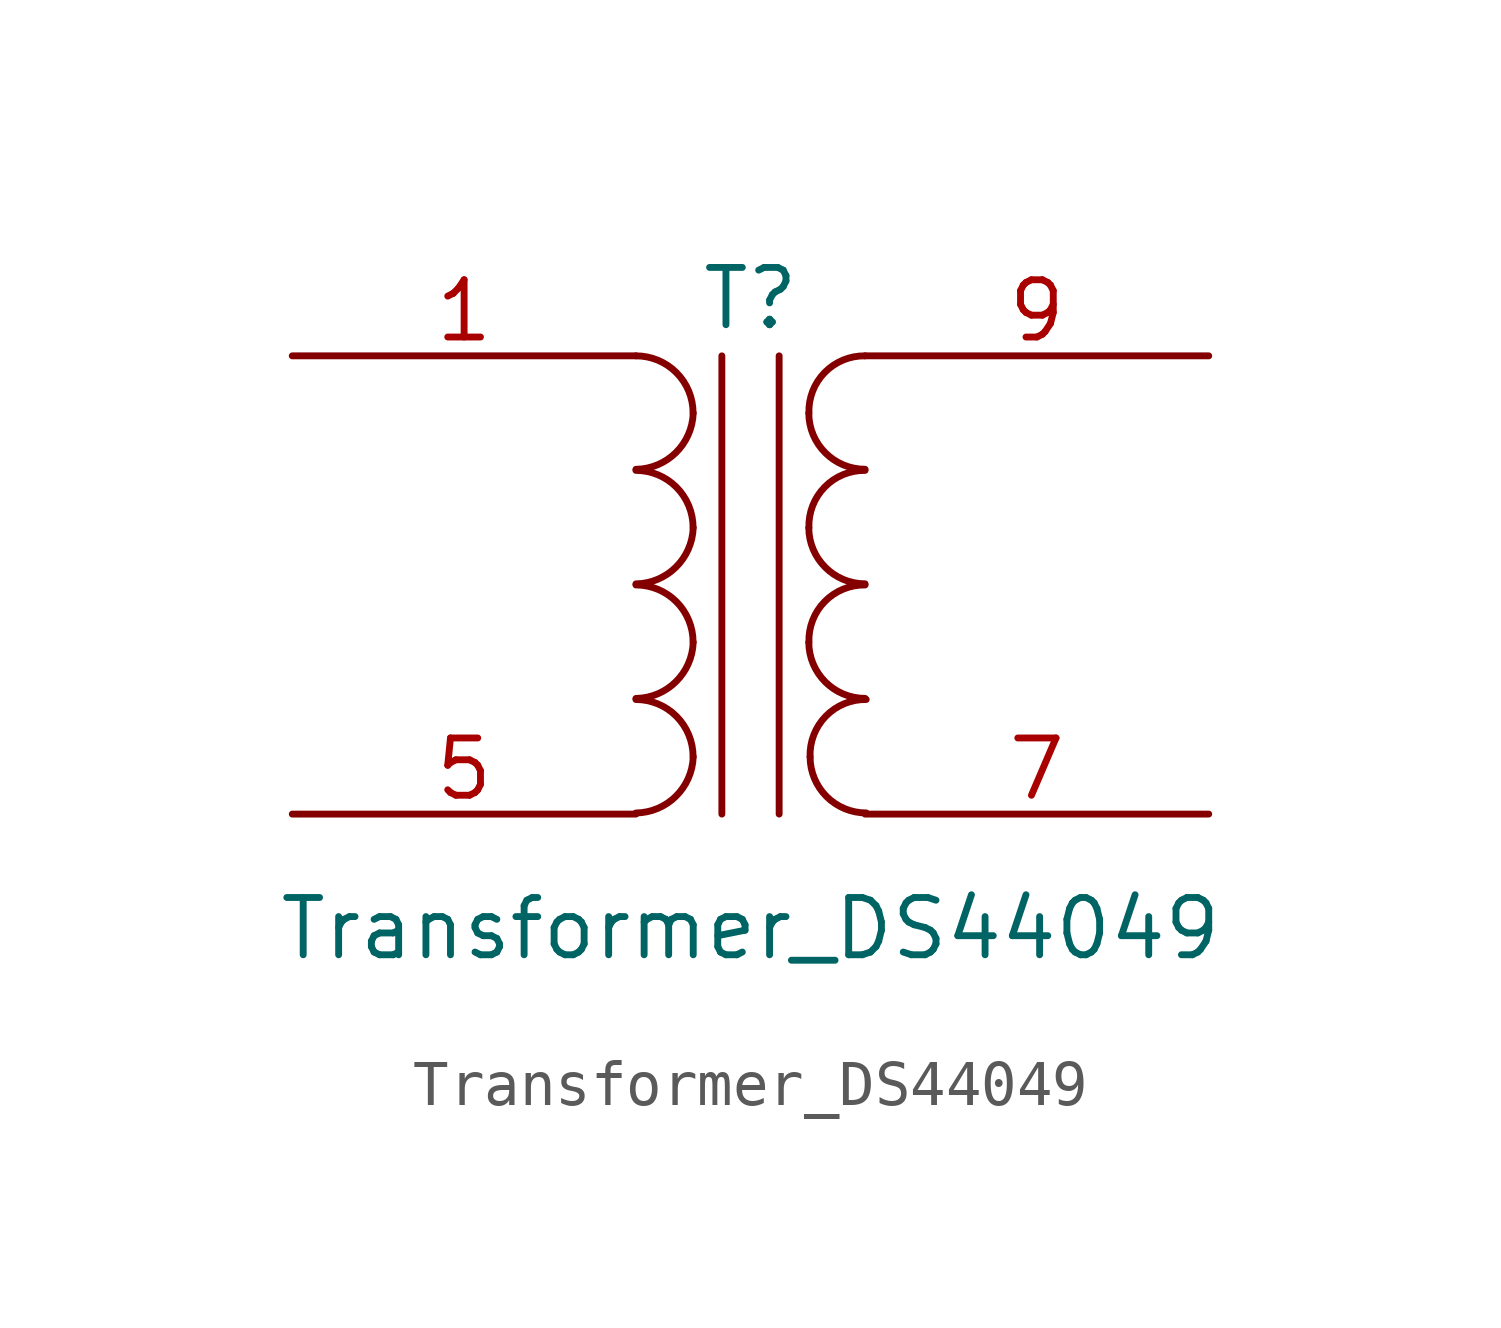
<source format=kicad_sym>
(kicad_symbol_lib
  (version 20211014)
  (generator kicad_symbol_editor)
  (symbol "Transformer_DS44049"
    (pin_names
      (offset 1.016) hide)
    (property "Reference" "T"
      (at 0 6.35 0)
      (effects (font (size 1.27 1.27))))
    (property "Value" "Transformer_DS44049"
      (at 0 -7.62 0)
      (effects (font (size 1.27 1.27))))
    (symbol "Transformer_DS44049_0_1"
      (arc (start -2.54 -5.0546) (mid -1.6561 -4.6863) (end -1.27 -3.81) (stroke (width 0) (type default) (color 0 0 0 0)) (fill (type none)))
      (arc (start -2.54 -2.5146) (mid -1.6561 -2.1463) (end -1.27 -1.27) (stroke (width 0) (type default) (color 0 0 0 0)) (fill (type none)))
      (arc (start -2.54 0.0254) (mid -1.6561 0.3937) (end -1.27 1.27) (stroke (width 0) (type default) (color 0 0 0 0)) (fill (type none)))
      (arc (start -2.54 2.5654) (mid -1.6561 2.9337) (end -1.27 3.81) (stroke (width 0) (type default) (color 0 0 0 0)) (fill (type none)))
      (arc (start -1.27 -3.81) (mid -1.642 -2.912) (end -2.54 -2.54) (stroke (width 0) (type default) (color 0 0 0 0)) (fill (type none)))
      (arc (start -1.27 -1.27) (mid -1.642 -0.372) (end -2.54 0) (stroke (width 0) (type default) (color 0 0 0 0)) (fill (type none)))
      (arc (start -1.27 1.27) (mid -1.642 2.168) (end -2.54 2.54) (stroke (width 0) (type default) (color 0 0 0 0)) (fill (type none)))
      (arc (start -1.27 3.81) (mid -1.642 4.708) (end -2.54 5.08) (stroke (width 0) (type default) (color 0 0 0 0)) (fill (type none)))
      (polyline (pts (xy -0.635 5.08) (xy -0.635 -5.08)) (stroke (width 0) (type default) (color 0 0 0 0)) (fill (type none)))
      (polyline (pts (xy 0.635 -5.08) (xy 0.635 5.08)) (stroke (width 0) (type default) (color 0 0 0 0)) (fill (type none)))
      (arc (start 1.2954 -1.27) (mid 1.6599 -2.1501) (end 2.54 -2.5146) (stroke (width 0) (type default) (color 0 0 0 0)) (fill (type none)))
      (arc (start 1.2954 1.27) (mid 1.6599 0.3899) (end 2.54 0.0254) (stroke (width 0) (type default) (color 0 0 0 0)) (fill (type none)))
      (arc (start 1.2954 3.81) (mid 1.6599 2.9299) (end 2.54 2.5654) (stroke (width 0) (type default) (color 0 0 0 0)) (fill (type none)))
      (arc (start 1.3208 -3.81) (mid 1.6853 -4.6901) (end 2.5654 -5.0546) (stroke (width 0) (type default) (color 0 0 0 0)) (fill (type none)))
      (arc (start 2.54 0) (mid 1.6456 -0.3683) (end 1.2954 -1.27) (stroke (width 0) (type default) (color 0 0 0 0)) (fill (type none)))
      (arc (start 2.54 2.54) (mid 1.6456 2.1717) (end 1.2954 1.27) (stroke (width 0) (type default) (color 0 0 0 0)) (fill (type none)))
      (arc (start 2.54 5.08) (mid 1.6456 4.7117) (end 1.2954 3.81) (stroke (width 0) (type default) (color 0 0 0 0)) (fill (type none)))
      (arc (start 2.5654 -2.54) (mid 1.671 -2.9083) (end 1.3208 -3.81) (stroke (width 0) (type default) (color 0 0 0 0)) (fill (type none))))
    (symbol "Transformer_DS44049_1_1"
      (pin passive line (at -10.16 5.08 0) (length 7.62) (name "AA" (effects (font (size 1.27 1.27)))) (number "1" (effects (font (size 1.27 1.27)))))
      (pin passive line (at -10.16 -5.08 0) (length 7.62) (name "AB" (effects (font (size 1.27 1.27)))) (number "5" (effects (font (size 1.27 1.27)))))
      (pin passive line (at 10.16 -5.08 180) (length 7.62) (name "SA" (effects (font (size 1.27 1.27)))) (number "7" (effects (font (size 1.27 1.27)))))
      (pin passive line (at 10.16 5.08 180) (length 7.62) (name "SB" (effects (font (size 1.27 1.27)))) (number "9" (effects (font (size 1.27 1.27))))))))
</source>
